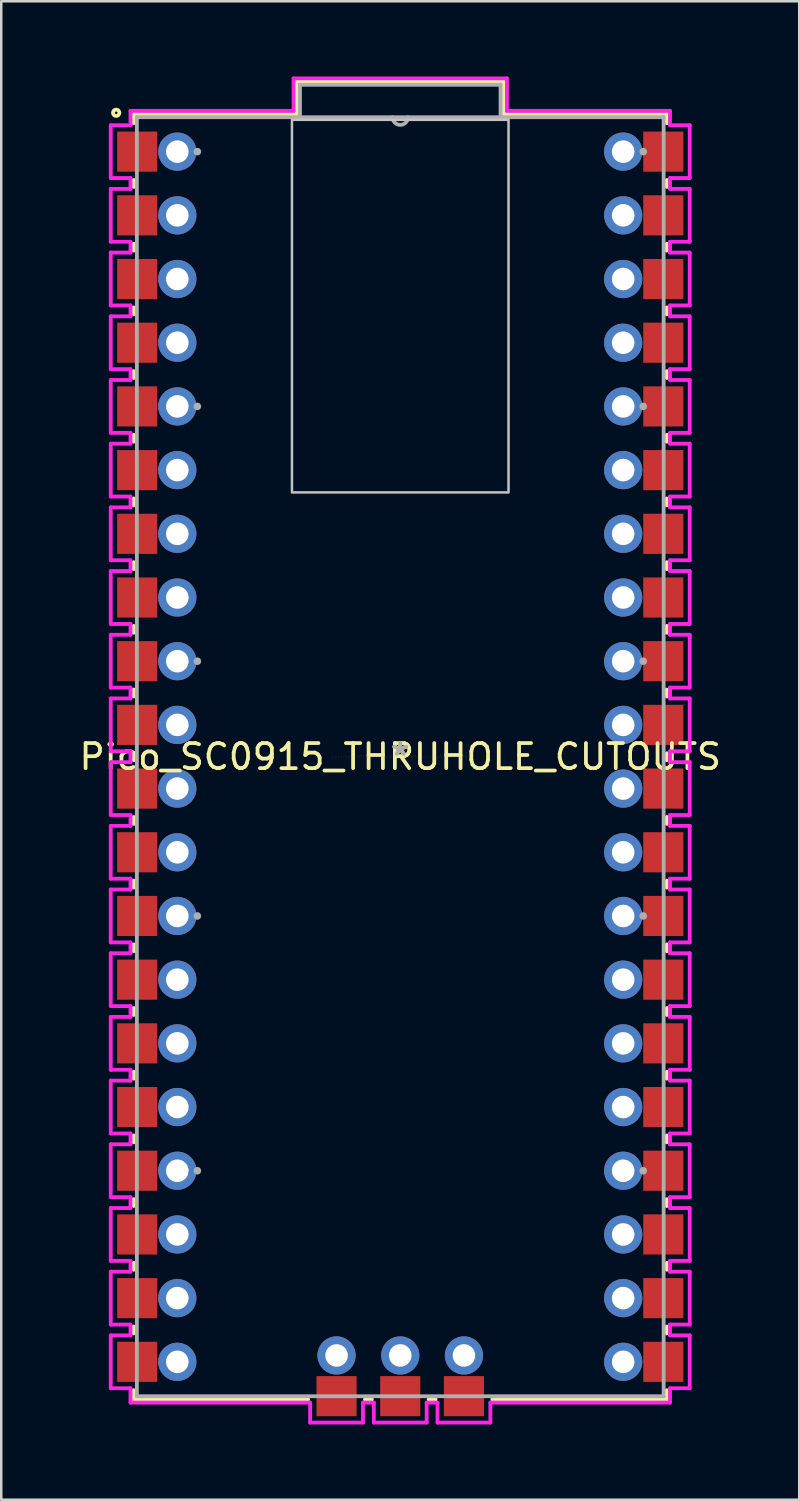
<source format=kicad_pcb>
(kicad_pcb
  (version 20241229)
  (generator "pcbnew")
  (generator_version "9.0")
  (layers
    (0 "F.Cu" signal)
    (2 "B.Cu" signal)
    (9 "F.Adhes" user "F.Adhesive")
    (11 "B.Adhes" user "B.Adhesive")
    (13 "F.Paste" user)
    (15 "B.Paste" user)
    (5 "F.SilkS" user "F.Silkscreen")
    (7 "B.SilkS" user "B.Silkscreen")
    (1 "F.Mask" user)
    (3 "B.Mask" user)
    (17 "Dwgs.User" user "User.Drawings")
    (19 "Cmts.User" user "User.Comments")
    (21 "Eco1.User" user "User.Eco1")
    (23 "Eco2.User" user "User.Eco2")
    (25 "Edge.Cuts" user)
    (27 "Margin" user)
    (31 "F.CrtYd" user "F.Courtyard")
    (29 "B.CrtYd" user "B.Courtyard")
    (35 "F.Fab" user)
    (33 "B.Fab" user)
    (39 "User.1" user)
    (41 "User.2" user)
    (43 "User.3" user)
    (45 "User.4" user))
  (footprint "Pico_SC0915_THRUHOLE_CUTOUTS"
    (layer "F.Cu")
    (at 12.911 27.127)
    (property "Reference" "Pico_SC0915_THRUHOLE_CUTOUTS" (at 0 0 0) (layer "F.SilkS") (effects (font (size 1 1) (thickness 0.15))))
    (attr through_hole)
    (fp_line (start -10.63 -25.629) (end -4.128 -25.629) (stroke (width 0.152) (type solid)) (layer "F.SilkS"))
    (fp_line (start -10.63 -25.263) (end -10.63 -25.629) (stroke (width 0.152) (type solid)) (layer "F.SilkS"))
    (fp_line (start -10.63 -22.723) (end -10.63 -22.997) (stroke (width 0.152) (type solid)) (layer "F.SilkS"))
    (fp_line (start -10.63 -20.183) (end -10.63 -20.457) (stroke (width 0.152) (type solid)) (layer "F.SilkS"))
    (fp_line (start -10.63 -17.643) (end -10.63 -17.917) (stroke (width 0.152) (type solid)) (layer "F.SilkS"))
    (fp_line (start -10.63 -15.103) (end -10.63 -15.377) (stroke (width 0.152) (type solid)) (layer "F.SilkS"))
    (fp_line (start -10.63 -12.563) (end -10.63 -12.837) (stroke (width 0.152) (type solid)) (layer "F.SilkS"))
    (fp_line (start -10.63 -10.023) (end -10.63 -10.297) (stroke (width 0.152) (type solid)) (layer "F.SilkS"))
    (fp_line (start -10.63 -7.483) (end -10.63 -7.757) (stroke (width 0.152) (type solid)) (layer "F.SilkS"))
    (fp_line (start -10.63 -4.943) (end -10.63 -5.217) (stroke (width 0.152) (type solid)) (layer "F.SilkS"))
    (fp_line (start -10.63 -2.403) (end -10.63 -2.677) (stroke (width 0.152) (type solid)) (layer "F.SilkS"))
    (fp_line (start -10.63 0.137) (end -10.63 -0.137) (stroke (width 0.152) (type solid)) (layer "F.SilkS"))
    (fp_line (start -10.63 2.677) (end -10.63 2.403) (stroke (width 0.152) (type solid)) (layer "F.SilkS"))
    (fp_line (start -10.63 5.217) (end -10.63 4.943) (stroke (width 0.152) (type solid)) (layer "F.SilkS"))
    (fp_line (start -10.63 7.757) (end -10.63 7.483) (stroke (width 0.152) (type solid)) (layer "F.SilkS"))
    (fp_line (start -10.63 10.297) (end -10.63 10.023) (stroke (width 0.152) (type solid)) (layer "F.SilkS"))
    (fp_line (start -10.63 12.837) (end -10.63 12.563) (stroke (width 0.152) (type solid)) (layer "F.SilkS"))
    (fp_line (start -10.63 15.377) (end -10.63 15.103) (stroke (width 0.152) (type solid)) (layer "F.SilkS"))
    (fp_line (start -10.63 17.917) (end -10.63 17.643) (stroke (width 0.152) (type solid)) (layer "F.SilkS"))
    (fp_line (start -10.63 20.457) (end -10.63 20.183) (stroke (width 0.152) (type solid)) (layer "F.SilkS"))
    (fp_line (start -10.63 22.997) (end -10.63 22.723) (stroke (width 0.152) (type solid)) (layer "F.SilkS"))
    (fp_line (start -10.63 25.629) (end -10.63 25.263) (stroke (width 0.152) (type solid)) (layer "F.SilkS"))
    (fp_line (start -4.128 -26.924) (end 4.128 -26.924) (stroke (width 0.152) (type solid)) (layer "F.SilkS"))
    (fp_line (start -4.128 -25.629) (end -4.128 -26.924) (stroke (width 0.152) (type solid)) (layer "F.SilkS"))
    (fp_line (start -3.673 25.629) (end -10.63 25.629) (stroke (width 0.152) (type solid)) (layer "F.SilkS"))
    (fp_line (start -1.133 25.629) (end -1.407 25.629) (stroke (width 0.152) (type solid)) (layer "F.SilkS"))
    (fp_line (start 1.407 25.629) (end 1.133 25.629) (stroke (width 0.152) (type solid)) (layer "F.SilkS"))
    (fp_line (start 4.128 -26.924) (end 4.128 -25.629) (stroke (width 0.152) (type solid)) (layer "F.SilkS"))
    (fp_line (start 4.128 -25.629) (end 10.63 -25.629) (stroke (width 0.152) (type solid)) (layer "F.SilkS"))
    (fp_line (start 10.63 -25.629) (end 10.63 -25.263) (stroke (width 0.152) (type solid)) (layer "F.SilkS"))
    (fp_line (start 10.63 -22.997) (end 10.63 -22.723) (stroke (width 0.152) (type solid)) (layer "F.SilkS"))
    (fp_line (start 10.63 -20.457) (end 10.63 -20.183) (stroke (width 0.152) (type solid)) (layer "F.SilkS"))
    (fp_line (start 10.63 -17.917) (end 10.63 -17.643) (stroke (width 0.152) (type solid)) (layer "F.SilkS"))
    (fp_line (start 10.63 -15.377) (end 10.63 -15.103) (stroke (width 0.152) (type solid)) (layer "F.SilkS"))
    (fp_line (start 10.63 -12.837) (end 10.63 -12.563) (stroke (width 0.152) (type solid)) (layer "F.SilkS"))
    (fp_line (start 10.63 -10.297) (end 10.63 -10.023) (stroke (width 0.152) (type solid)) (layer "F.SilkS"))
    (fp_line (start 10.63 -7.757) (end 10.63 -7.483) (stroke (width 0.152) (type solid)) (layer "F.SilkS"))
    (fp_line (start 10.63 -5.217) (end 10.63 -4.943) (stroke (width 0.152) (type solid)) (layer "F.SilkS"))
    (fp_line (start 10.63 -2.677) (end 10.63 -2.403) (stroke (width 0.152) (type solid)) (layer "F.SilkS"))
    (fp_line (start 10.63 -0.137) (end 10.63 0.137) (stroke (width 0.152) (type solid)) (layer "F.SilkS"))
    (fp_line (start 10.63 2.403) (end 10.63 2.677) (stroke (width 0.152) (type solid)) (layer "F.SilkS"))
    (fp_line (start 10.63 4.943) (end 10.63 5.217) (stroke (width 0.152) (type solid)) (layer "F.SilkS"))
    (fp_line (start 10.63 7.483) (end 10.63 7.757) (stroke (width 0.152) (type solid)) (layer "F.SilkS"))
    (fp_line (start 10.63 10.023) (end 10.63 10.297) (stroke (width 0.152) (type solid)) (layer "F.SilkS"))
    (fp_line (start 10.63 12.563) (end 10.63 12.837) (stroke (width 0.152) (type solid)) (layer "F.SilkS"))
    (fp_line (start 10.63 15.103) (end 10.63 15.377) (stroke (width 0.152) (type solid)) (layer "F.SilkS"))
    (fp_line (start 10.63 17.643) (end 10.63 17.917) (stroke (width 0.152) (type solid)) (layer "F.SilkS"))
    (fp_line (start 10.63 20.183) (end 10.63 20.457) (stroke (width 0.152) (type solid)) (layer "F.SilkS"))
    (fp_line (start 10.63 22.723) (end 10.63 22.997) (stroke (width 0.152) (type solid)) (layer "F.SilkS"))
    (fp_line (start 10.63 25.263) (end 10.63 25.629) (stroke (width 0.152) (type solid)) (layer "F.SilkS"))
    (fp_line (start 10.63 25.629) (end 3.673 25.629) (stroke (width 0.152) (type solid)) (layer "F.SilkS"))
    (fp_circle (center -11.328 -25.679) (end -11.201 -25.679) (stroke (width 0.152) (type solid)) (fill no) (layer "F.SilkS"))
    (fp_poly (pts (xy -4.318 -25.4) (xy -4.318 -10.541) (xy -0.508 -10.541) (xy 4.318 -10.541) (xy 4.318 -19.05) (xy 4.318 -25.4)) (stroke (width 0.1) (type solid)) (fill no) (layer "Dwgs.User"))
    (fp_line (start -11.544 -25.184) (end -11.544 -23.076) (stroke (width 0.152) (type solid)) (layer "F.CrtYd"))
    (fp_line (start -11.544 -23.076) (end -10.757 -23.076) (stroke (width 0.152) (type solid)) (layer "F.CrtYd"))
    (fp_line (start -11.544 -22.644) (end -11.544 -20.536) (stroke (width 0.152) (type solid)) (layer "F.CrtYd"))
    (fp_line (start -11.544 -20.536) (end -10.757 -20.536) (stroke (width 0.152) (type solid)) (layer "F.CrtYd"))
    (fp_line (start -11.544 -20.104) (end -11.544 -17.996) (stroke (width 0.152) (type solid)) (layer "F.CrtYd"))
    (fp_line (start -11.544 -17.996) (end -10.757 -17.996) (stroke (width 0.152) (type solid)) (layer "F.CrtYd"))
    (fp_line (start -11.544 -17.564) (end -11.544 -15.456) (stroke (width 0.152) (type solid)) (layer "F.CrtYd"))
    (fp_line (start -11.544 -15.456) (end -10.757 -15.456) (stroke (width 0.152) (type solid)) (layer "F.CrtYd"))
    (fp_line (start -11.544 -15.024) (end -11.544 -12.916) (stroke (width 0.152) (type solid)) (layer "F.CrtYd"))
    (fp_line (start -11.544 -12.916) (end -10.757 -12.916) (stroke (width 0.152) (type solid)) (layer "F.CrtYd"))
    (fp_line (start -11.544 -12.484) (end -11.544 -10.376) (stroke (width 0.152) (type solid)) (layer "F.CrtYd"))
    (fp_line (start -11.544 -10.376) (end -10.757 -10.376) (stroke (width 0.152) (type solid)) (layer "F.CrtYd"))
    (fp_line (start -11.544 -9.944) (end -11.544 -7.836) (stroke (width 0.152) (type solid)) (layer "F.CrtYd"))
    (fp_line (start -11.544 -7.836) (end -10.757 -7.836) (stroke (width 0.152) (type solid)) (layer "F.CrtYd"))
    (fp_line (start -11.544 -7.404) (end -11.544 -5.296) (stroke (width 0.152) (type solid)) (layer "F.CrtYd"))
    (fp_line (start -11.544 -5.296) (end -10.757 -5.296) (stroke (width 0.152) (type solid)) (layer "F.CrtYd"))
    (fp_line (start -11.544 -4.864) (end -11.544 -2.756) (stroke (width 0.152) (type solid)) (layer "F.CrtYd"))
    (fp_line (start -11.544 -2.756) (end -10.757 -2.756) (stroke (width 0.152) (type solid)) (layer "F.CrtYd"))
    (fp_line (start -11.544 -2.324) (end -11.544 -0.216) (stroke (width 0.152) (type solid)) (layer "F.CrtYd"))
    (fp_line (start -11.544 -0.216) (end -10.757 -0.216) (stroke (width 0.152) (type solid)) (layer "F.CrtYd"))
    (fp_line (start -11.544 0.216) (end -11.544 2.324) (stroke (width 0.152) (type solid)) (layer "F.CrtYd"))
    (fp_line (start -11.544 2.324) (end -10.757 2.324) (stroke (width 0.152) (type solid)) (layer "F.CrtYd"))
    (fp_line (start -11.544 2.756) (end -11.544 4.864) (stroke (width 0.152) (type solid)) (layer "F.CrtYd"))
    (fp_line (start -11.544 4.864) (end -10.757 4.864) (stroke (width 0.152) (type solid)) (layer "F.CrtYd"))
    (fp_line (start -11.544 5.296) (end -11.544 7.404) (stroke (width 0.152) (type solid)) (layer "F.CrtYd"))
    (fp_line (start -11.544 7.404) (end -10.757 7.404) (stroke (width 0.152) (type solid)) (layer "F.CrtYd"))
    (fp_line (start -11.544 7.836) (end -11.544 9.944) (stroke (width 0.152) (type solid)) (layer "F.CrtYd"))
    (fp_line (start -11.544 9.944) (end -10.757 9.944) (stroke (width 0.152) (type solid)) (layer "F.CrtYd"))
    (fp_line (start -11.544 10.376) (end -11.544 12.484) (stroke (width 0.152) (type solid)) (layer "F.CrtYd"))
    (fp_line (start -11.544 12.484) (end -10.757 12.484) (stroke (width 0.152) (type solid)) (layer "F.CrtYd"))
    (fp_line (start -11.544 12.916) (end -11.544 15.024) (stroke (width 0.152) (type solid)) (layer "F.CrtYd"))
    (fp_line (start -11.544 15.024) (end -10.757 15.024) (stroke (width 0.152) (type solid)) (layer "F.CrtYd"))
    (fp_line (start -11.544 15.456) (end -11.544 17.564) (stroke (width 0.152) (type solid)) (layer "F.CrtYd"))
    (fp_line (start -11.544 17.564) (end -10.757 17.564) (stroke (width 0.152) (type solid)) (layer "F.CrtYd"))
    (fp_line (start -11.544 17.996) (end -11.544 20.104) (stroke (width 0.152) (type solid)) (layer "F.CrtYd"))
    (fp_line (start -11.544 20.104) (end -10.757 20.104) (stroke (width 0.152) (type solid)) (layer "F.CrtYd"))
    (fp_line (start -11.544 20.536) (end -11.544 22.644) (stroke (width 0.152) (type solid)) (layer "F.CrtYd"))
    (fp_line (start -11.544 22.644) (end -10.757 22.644) (stroke (width 0.152) (type solid)) (layer "F.CrtYd"))
    (fp_line (start -11.544 23.076) (end -11.544 25.184) (stroke (width 0.152) (type solid)) (layer "F.CrtYd"))
    (fp_line (start -11.544 25.184) (end -10.757 25.184) (stroke (width 0.152) (type solid)) (layer "F.CrtYd"))
    (fp_line (start -10.757 -25.756) (end -10.757 -25.184) (stroke (width 0.152) (type solid)) (layer "F.CrtYd"))
    (fp_line (start -10.757 -25.184) (end -11.544 -25.184) (stroke (width 0.152) (type solid)) (layer "F.CrtYd"))
    (fp_line (start -10.757 -23.076) (end -10.757 -22.644) (stroke (width 0.152) (type solid)) (layer "F.CrtYd"))
    (fp_line (start -10.757 -22.644) (end -11.544 -22.644) (stroke (width 0.152) (type solid)) (layer "F.CrtYd"))
    (fp_line (start -10.757 -20.536) (end -10.757 -20.104) (stroke (width 0.152) (type solid)) (layer "F.CrtYd"))
    (fp_line (start -10.757 -20.104) (end -11.544 -20.104) (stroke (width 0.152) (type solid)) (layer "F.CrtYd"))
    (fp_line (start -10.757 -17.996) (end -10.757 -17.564) (stroke (width 0.152) (type solid)) (layer "F.CrtYd"))
    (fp_line (start -10.757 -17.564) (end -11.544 -17.564) (stroke (width 0.152) (type solid)) (layer "F.CrtYd"))
    (fp_line (start -10.757 -15.456) (end -10.757 -15.024) (stroke (width 0.152) (type solid)) (layer "F.CrtYd"))
    (fp_line (start -10.757 -15.024) (end -11.544 -15.024) (stroke (width 0.152) (type solid)) (layer "F.CrtYd"))
    (fp_line (start -10.757 -12.916) (end -10.757 -12.484) (stroke (width 0.152) (type solid)) (layer "F.CrtYd"))
    (fp_line (start -10.757 -12.484) (end -11.544 -12.484) (stroke (width 0.152) (type solid)) (layer "F.CrtYd"))
    (fp_line (start -10.757 -10.376) (end -10.757 -9.944) (stroke (width 0.152) (type solid)) (layer "F.CrtYd"))
    (fp_line (start -10.757 -9.944) (end -11.544 -9.944) (stroke (width 0.152) (type solid)) (layer "F.CrtYd"))
    (fp_line (start -10.757 -7.836) (end -10.757 -7.404) (stroke (width 0.152) (type solid)) (layer "F.CrtYd"))
    (fp_line (start -10.757 -7.404) (end -11.544 -7.404) (stroke (width 0.152) (type solid)) (layer "F.CrtYd"))
    (fp_line (start -10.757 -5.296) (end -10.757 -4.864) (stroke (width 0.152) (type solid)) (layer "F.CrtYd"))
    (fp_line (start -10.757 -4.864) (end -11.544 -4.864) (stroke (width 0.152) (type solid)) (layer "F.CrtYd"))
    (fp_line (start -10.757 -2.756) (end -10.757 -2.324) (stroke (width 0.152) (type solid)) (layer "F.CrtYd"))
    (fp_line (start -10.757 -2.324) (end -11.544 -2.324) (stroke (width 0.152) (type solid)) (layer "F.CrtYd"))
    (fp_line (start -10.757 -0.216) (end -10.757 0.216) (stroke (width 0.152) (type solid)) (layer "F.CrtYd"))
    (fp_line (start -10.757 0.216) (end -11.544 0.216) (stroke (width 0.152) (type solid)) (layer "F.CrtYd"))
    (fp_line (start -10.757 2.324) (end -10.757 2.756) (stroke (width 0.152) (type solid)) (layer "F.CrtYd"))
    (fp_line (start -10.757 2.756) (end -11.544 2.756) (stroke (width 0.152) (type solid)) (layer "F.CrtYd"))
    (fp_line (start -10.757 4.864) (end -10.757 5.296) (stroke (width 0.152) (type solid)) (layer "F.CrtYd"))
    (fp_line (start -10.757 5.296) (end -11.544 5.296) (stroke (width 0.152) (type solid)) (layer "F.CrtYd"))
    (fp_line (start -10.757 7.404) (end -10.757 7.836) (stroke (width 0.152) (type solid)) (layer "F.CrtYd"))
    (fp_line (start -10.757 7.836) (end -11.544 7.836) (stroke (width 0.152) (type solid)) (layer "F.CrtYd"))
    (fp_line (start -10.757 9.944) (end -10.757 10.376) (stroke (width 0.152) (type solid)) (layer "F.CrtYd"))
    (fp_line (start -10.757 10.376) (end -11.544 10.376) (stroke (width 0.152) (type solid)) (layer "F.CrtYd"))
    (fp_line (start -10.757 12.484) (end -10.757 12.916) (stroke (width 0.152) (type solid)) (layer "F.CrtYd"))
    (fp_line (start -10.757 12.916) (end -11.544 12.916) (stroke (width 0.152) (type solid)) (layer "F.CrtYd"))
    (fp_line (start -10.757 15.024) (end -10.757 15.456) (stroke (width 0.152) (type solid)) (layer "F.CrtYd"))
    (fp_line (start -10.757 15.456) (end -11.544 15.456) (stroke (width 0.152) (type solid)) (layer "F.CrtYd"))
    (fp_line (start -10.757 17.564) (end -10.757 17.996) (stroke (width 0.152) (type solid)) (layer "F.CrtYd"))
    (fp_line (start -10.757 17.996) (end -11.544 17.996) (stroke (width 0.152) (type solid)) (layer "F.CrtYd"))
    (fp_line (start -10.757 20.104) (end -10.757 20.536) (stroke (width 0.152) (type solid)) (layer "F.CrtYd"))
    (fp_line (start -10.757 20.536) (end -11.544 20.536) (stroke (width 0.152) (type solid)) (layer "F.CrtYd"))
    (fp_line (start -10.757 22.644) (end -10.757 23.076) (stroke (width 0.152) (type solid)) (layer "F.CrtYd"))
    (fp_line (start -10.757 23.076) (end -11.544 23.076) (stroke (width 0.152) (type solid)) (layer "F.CrtYd"))
    (fp_line (start -10.757 25.184) (end -10.757 25.756) (stroke (width 0.152) (type solid)) (layer "F.CrtYd"))
    (fp_line (start -10.757 25.756) (end -3.594 25.756) (stroke (width 0.152) (type solid)) (layer "F.CrtYd"))
    (fp_line (start -4.255 -27.051) (end -4.255 -25.756) (stroke (width 0.152) (type solid)) (layer "F.CrtYd"))
    (fp_line (start -4.255 -25.756) (end -10.757 -25.756) (stroke (width 0.152) (type solid)) (layer "F.CrtYd"))
    (fp_line (start -3.594 25.756) (end -3.594 26.553) (stroke (width 0.152) (type solid)) (layer "F.CrtYd"))
    (fp_line (start -3.594 26.553) (end -1.486 26.553) (stroke (width 0.152) (type solid)) (layer "F.CrtYd"))
    (fp_line (start -1.486 25.756) (end -1.054 25.756) (stroke (width 0.152) (type solid)) (layer "F.CrtYd"))
    (fp_line (start -1.486 26.553) (end -1.486 25.756) (stroke (width 0.152) (type solid)) (layer "F.CrtYd"))
    (fp_line (start -1.054 25.756) (end -1.054 26.553) (stroke (width 0.152) (type solid)) (layer "F.CrtYd"))
    (fp_line (start -1.054 26.553) (end 1.054 26.553) (stroke (width 0.152) (type solid)) (layer "F.CrtYd"))
    (fp_line (start 1.054 25.756) (end 1.486 25.756) (stroke (width 0.152) (type solid)) (layer "F.CrtYd"))
    (fp_line (start 1.054 26.553) (end 1.054 25.756) (stroke (width 0.152) (type solid)) (layer "F.CrtYd"))
    (fp_line (start 1.486 25.756) (end 1.486 26.553) (stroke (width 0.152) (type solid)) (layer "F.CrtYd"))
    (fp_line (start 1.486 26.553) (end 3.594 26.553) (stroke (width 0.152) (type solid)) (layer "F.CrtYd"))
    (fp_line (start 3.594 25.756) (end 10.757 25.756) (stroke (width 0.152) (type solid)) (layer "F.CrtYd"))
    (fp_line (start 3.594 26.553) (end 3.594 25.756) (stroke (width 0.152) (type solid)) (layer "F.CrtYd"))
    (fp_line (start 4.255 -27.051) (end -4.255 -27.051) (stroke (width 0.152) (type solid)) (layer "F.CrtYd"))
    (fp_line (start 4.255 -25.756) (end 4.255 -27.051) (stroke (width 0.152) (type solid)) (layer "F.CrtYd"))
    (fp_line (start 10.757 -25.756) (end 4.255 -25.756) (stroke (width 0.152) (type solid)) (layer "F.CrtYd"))
    (fp_line (start 10.757 -25.184) (end 10.757 -25.756) (stroke (width 0.152) (type solid)) (layer "F.CrtYd"))
    (fp_line (start 10.757 -23.076) (end 11.544 -23.076) (stroke (width 0.152) (type solid)) (layer "F.CrtYd"))
    (fp_line (start 10.757 -22.644) (end 10.757 -23.076) (stroke (width 0.152) (type solid)) (layer "F.CrtYd"))
    (fp_line (start 10.757 -20.536) (end 11.544 -20.536) (stroke (width 0.152) (type solid)) (layer "F.CrtYd"))
    (fp_line (start 10.757 -20.104) (end 10.757 -20.536) (stroke (width 0.152) (type solid)) (layer "F.CrtYd"))
    (fp_line (start 10.757 -17.996) (end 11.544 -17.996) (stroke (width 0.152) (type solid)) (layer "F.CrtYd"))
    (fp_line (start 10.757 -17.564) (end 10.757 -17.996) (stroke (width 0.152) (type solid)) (layer "F.CrtYd"))
    (fp_line (start 10.757 -15.456) (end 11.544 -15.456) (stroke (width 0.152) (type solid)) (layer "F.CrtYd"))
    (fp_line (start 10.757 -15.024) (end 10.757 -15.456) (stroke (width 0.152) (type solid)) (layer "F.CrtYd"))
    (fp_line (start 10.757 -12.916) (end 11.544 -12.916) (stroke (width 0.152) (type solid)) (layer "F.CrtYd"))
    (fp_line (start 10.757 -12.484) (end 10.757 -12.916) (stroke (width 0.152) (type solid)) (layer "F.CrtYd"))
    (fp_line (start 10.757 -10.376) (end 11.544 -10.376) (stroke (width 0.152) (type solid)) (layer "F.CrtYd"))
    (fp_line (start 10.757 -9.944) (end 10.757 -10.376) (stroke (width 0.152) (type solid)) (layer "F.CrtYd"))
    (fp_line (start 10.757 -7.836) (end 11.544 -7.836) (stroke (width 0.152) (type solid)) (layer "F.CrtYd"))
    (fp_line (start 10.757 -7.404) (end 10.757 -7.836) (stroke (width 0.152) (type solid)) (layer "F.CrtYd"))
    (fp_line (start 10.757 -5.296) (end 11.544 -5.296) (stroke (width 0.152) (type solid)) (layer "F.CrtYd"))
    (fp_line (start 10.757 -4.864) (end 10.757 -5.296) (stroke (width 0.152) (type solid)) (layer "F.CrtYd"))
    (fp_line (start 10.757 -2.756) (end 11.544 -2.756) (stroke (width 0.152) (type solid)) (layer "F.CrtYd"))
    (fp_line (start 10.757 -2.324) (end 10.757 -2.756) (stroke (width 0.152) (type solid)) (layer "F.CrtYd"))
    (fp_line (start 10.757 -0.216) (end 11.544 -0.216) (stroke (width 0.152) (type solid)) (layer "F.CrtYd"))
    (fp_line (start 10.757 0.216) (end 10.757 -0.216) (stroke (width 0.152) (type solid)) (layer "F.CrtYd"))
    (fp_line (start 10.757 2.324) (end 11.544 2.324) (stroke (width 0.152) (type solid)) (layer "F.CrtYd"))
    (fp_line (start 10.757 2.756) (end 10.757 2.324) (stroke (width 0.152) (type solid)) (layer "F.CrtYd"))
    (fp_line (start 10.757 4.864) (end 11.544 4.864) (stroke (width 0.152) (type solid)) (layer "F.CrtYd"))
    (fp_line (start 10.757 5.296) (end 10.757 4.864) (stroke (width 0.152) (type solid)) (layer "F.CrtYd"))
    (fp_line (start 10.757 7.404) (end 11.544 7.404) (stroke (width 0.152) (type solid)) (layer "F.CrtYd"))
    (fp_line (start 10.757 7.836) (end 10.757 7.404) (stroke (width 0.152) (type solid)) (layer "F.CrtYd"))
    (fp_line (start 10.757 9.944) (end 11.544 9.944) (stroke (width 0.152) (type solid)) (layer "F.CrtYd"))
    (fp_line (start 10.757 10.376) (end 10.757 9.944) (stroke (width 0.152) (type solid)) (layer "F.CrtYd"))
    (fp_line (start 10.757 12.484) (end 11.544 12.484) (stroke (width 0.152) (type solid)) (layer "F.CrtYd"))
    (fp_line (start 10.757 12.916) (end 10.757 12.484) (stroke (width 0.152) (type solid)) (layer "F.CrtYd"))
    (fp_line (start 10.757 15.024) (end 11.544 15.024) (stroke (width 0.152) (type solid)) (layer "F.CrtYd"))
    (fp_line (start 10.757 15.456) (end 10.757 15.024) (stroke (width 0.152) (type solid)) (layer "F.CrtYd"))
    (fp_line (start 10.757 17.564) (end 11.544 17.564) (stroke (width 0.152) (type solid)) (layer "F.CrtYd"))
    (fp_line (start 10.757 17.996) (end 10.757 17.564) (stroke (width 0.152) (type solid)) (layer "F.CrtYd"))
    (fp_line (start 10.757 20.104) (end 11.544 20.104) (stroke (width 0.152) (type solid)) (layer "F.CrtYd"))
    (fp_line (start 10.757 20.536) (end 10.757 20.104) (stroke (width 0.152) (type solid)) (layer "F.CrtYd"))
    (fp_line (start 10.757 22.644) (end 11.544 22.644) (stroke (width 0.152) (type solid)) (layer "F.CrtYd"))
    (fp_line (start 10.757 23.076) (end 10.757 22.644) (stroke (width 0.152) (type solid)) (layer "F.CrtYd"))
    (fp_line (start 10.757 25.184) (end 11.544 25.184) (stroke (width 0.152) (type solid)) (layer "F.CrtYd"))
    (fp_line (start 10.757 25.756) (end 10.757 25.184) (stroke (width 0.152) (type solid)) (layer "F.CrtYd"))
    (fp_line (start 11.544 -25.184) (end 10.757 -25.184) (stroke (width 0.152) (type solid)) (layer "F.CrtYd"))
    (fp_line (start 11.544 -23.076) (end 11.544 -25.184) (stroke (width 0.152) (type solid)) (layer "F.CrtYd"))
    (fp_line (start 11.544 -22.644) (end 10.757 -22.644) (stroke (width 0.152) (type solid)) (layer "F.CrtYd"))
    (fp_line (start 11.544 -20.536) (end 11.544 -22.644) (stroke (width 0.152) (type solid)) (layer "F.CrtYd"))
    (fp_line (start 11.544 -20.104) (end 10.757 -20.104) (stroke (width 0.152) (type solid)) (layer "F.CrtYd"))
    (fp_line (start 11.544 -17.996) (end 11.544 -20.104) (stroke (width 0.152) (type solid)) (layer "F.CrtYd"))
    (fp_line (start 11.544 -17.564) (end 10.757 -17.564) (stroke (width 0.152) (type solid)) (layer "F.CrtYd"))
    (fp_line (start 11.544 -15.456) (end 11.544 -17.564) (stroke (width 0.152) (type solid)) (layer "F.CrtYd"))
    (fp_line (start 11.544 -15.024) (end 10.757 -15.024) (stroke (width 0.152) (type solid)) (layer "F.CrtYd"))
    (fp_line (start 11.544 -12.916) (end 11.544 -15.024) (stroke (width 0.152) (type solid)) (layer "F.CrtYd"))
    (fp_line (start 11.544 -12.484) (end 10.757 -12.484) (stroke (width 0.152) (type solid)) (layer "F.CrtYd"))
    (fp_line (start 11.544 -10.376) (end 11.544 -12.484) (stroke (width 0.152) (type solid)) (layer "F.CrtYd"))
    (fp_line (start 11.544 -9.944) (end 10.757 -9.944) (stroke (width 0.152) (type solid)) (layer "F.CrtYd"))
    (fp_line (start 11.544 -7.836) (end 11.544 -9.944) (stroke (width 0.152) (type solid)) (layer "F.CrtYd"))
    (fp_line (start 11.544 -7.404) (end 10.757 -7.404) (stroke (width 0.152) (type solid)) (layer "F.CrtYd"))
    (fp_line (start 11.544 -5.296) (end 11.544 -7.404) (stroke (width 0.152) (type solid)) (layer "F.CrtYd"))
    (fp_line (start 11.544 -4.864) (end 10.757 -4.864) (stroke (width 0.152) (type solid)) (layer "F.CrtYd"))
    (fp_line (start 11.544 -2.756) (end 11.544 -4.864) (stroke (width 0.152) (type solid)) (layer "F.CrtYd"))
    (fp_line (start 11.544 -2.324) (end 10.757 -2.324) (stroke (width 0.152) (type solid)) (layer "F.CrtYd"))
    (fp_line (start 11.544 -0.216) (end 11.544 -2.324) (stroke (width 0.152) (type solid)) (layer "F.CrtYd"))
    (fp_line (start 11.544 0.216) (end 10.757 0.216) (stroke (width 0.152) (type solid)) (layer "F.CrtYd"))
    (fp_line (start 11.544 2.324) (end 11.544 0.216) (stroke (width 0.152) (type solid)) (layer "F.CrtYd"))
    (fp_line (start 11.544 2.756) (end 10.757 2.756) (stroke (width 0.152) (type solid)) (layer "F.CrtYd"))
    (fp_line (start 11.544 4.864) (end 11.544 2.756) (stroke (width 0.152) (type solid)) (layer "F.CrtYd"))
    (fp_line (start 11.544 5.296) (end 10.757 5.296) (stroke (width 0.152) (type solid)) (layer "F.CrtYd"))
    (fp_line (start 11.544 7.404) (end 11.544 5.296) (stroke (width 0.152) (type solid)) (layer "F.CrtYd"))
    (fp_line (start 11.544 7.836) (end 10.757 7.836) (stroke (width 0.152) (type solid)) (layer "F.CrtYd"))
    (fp_line (start 11.544 9.944) (end 11.544 7.836) (stroke (width 0.152) (type solid)) (layer "F.CrtYd"))
    (fp_line (start 11.544 10.376) (end 10.757 10.376) (stroke (width 0.152) (type solid)) (layer "F.CrtYd"))
    (fp_line (start 11.544 12.484) (end 11.544 10.376) (stroke (width 0.152) (type solid)) (layer "F.CrtYd"))
    (fp_line (start 11.544 12.916) (end 10.757 12.916) (stroke (width 0.152) (type solid)) (layer "F.CrtYd"))
    (fp_line (start 11.544 15.024) (end 11.544 12.916) (stroke (width 0.152) (type solid)) (layer "F.CrtYd"))
    (fp_line (start 11.544 15.456) (end 10.757 15.456) (stroke (width 0.152) (type solid)) (layer "F.CrtYd"))
    (fp_line (start 11.544 17.564) (end 11.544 15.456) (stroke (width 0.152) (type solid)) (layer "F.CrtYd"))
    (fp_line (start 11.544 17.996) (end 10.757 17.996) (stroke (width 0.152) (type solid)) (layer "F.CrtYd"))
    (fp_line (start 11.544 20.104) (end 11.544 17.996) (stroke (width 0.152) (type solid)) (layer "F.CrtYd"))
    (fp_line (start 11.544 20.536) (end 10.757 20.536) (stroke (width 0.152) (type solid)) (layer "F.CrtYd"))
    (fp_line (start 11.544 22.644) (end 11.544 20.536) (stroke (width 0.152) (type solid)) (layer "F.CrtYd"))
    (fp_line (start 11.544 23.076) (end 10.757 23.076) (stroke (width 0.152) (type solid)) (layer "F.CrtYd"))
    (fp_line (start 11.544 25.184) (end 11.544 23.076) (stroke (width 0.152) (type solid)) (layer "F.CrtYd"))
    (fp_line (start -10.503 -25.502) (end -10.503 25.502) (stroke (width 0.152) (type solid)) (layer "F.Fab"))
    (fp_line (start -10.503 25.502) (end 10.503 25.502) (stroke (width 0.152) (type solid)) (layer "F.Fab"))
    (fp_line (start -4 -26.797) (end -4 -25.502) (stroke (width 0.152) (type solid)) (layer "F.Fab"))
    (fp_line (start -4 -26.797) (end 4 -26.797) (stroke (width 0.152) (type solid)) (layer "F.Fab"))
    (fp_line (start 4 -26.797) (end 4 -25.502) (stroke (width 0.152) (type solid)) (layer "F.Fab"))
    (fp_line (start 10.503 -25.502) (end -10.503 -25.502) (stroke (width 0.152) (type solid)) (layer "F.Fab"))
    (fp_line (start 10.503 25.502) (end 10.503 -25.502) (stroke (width 0.152) (type solid)) (layer "F.Fab"))
    (fp_arc (start 0.3048 -25.5016) (mid 0 -25.1968) (end -0.3048 -25.5016) (stroke (width 0.1524) (type solid)) (layer "F.Fab"))
    (fp_circle (center -8.09 -24.13) (end -8.014 -24.13) (stroke (width 0.152) (type solid)) (fill no) (layer "F.Fab"))
    (fp_circle (center -8.09 -13.97) (end -8.014 -13.97) (stroke (width 0.152) (type solid)) (fill no) (layer "F.Fab"))
    (fp_circle (center -8.09 -3.81) (end -8.014 -3.81) (stroke (width 0.152) (type solid)) (fill no) (layer "F.Fab"))
    (fp_circle (center -8.09 6.35) (end -8.014 6.35) (stroke (width 0.152) (type solid)) (fill no) (layer "F.Fab"))
    (fp_circle (center -8.09 16.51) (end -8.014 16.51) (stroke (width 0.152) (type solid)) (fill no) (layer "F.Fab"))
    (fp_circle (center 9.69 -24.13) (end 9.766 -24.13) (stroke (width 0.152) (type solid)) (fill no) (layer "F.Fab"))
    (fp_circle (center 9.69 -13.97) (end 9.766 -13.97) (stroke (width 0.152) (type solid)) (fill no) (layer "F.Fab"))
    (fp_circle (center 9.69 -3.81) (end 9.766 -3.81) (stroke (width 0.152) (type solid)) (fill no) (layer "F.Fab"))
    (fp_circle (center 9.69 6.35) (end 9.766 6.35) (stroke (width 0.152) (type solid)) (fill no) (layer "F.Fab"))
    (fp_circle (center 9.69 16.51) (end 9.766 16.51) (stroke (width 0.152) (type solid)) (fill no) (layer "F.Fab"))
    (fp_text user "*" (at 0 0 0) (layer "F.SilkS") (effects (font (size 1 1) (thickness 0.15))))
    (fp_text user "Copyright 2016 Accelerated Designs. All rights reserved." (at 0 0 0) (layer "Cmts.User") (effects (font (size 0.127 0.127) (thickness 0.002))))
    (fp_text user "*" (at 0 0 0) (layer "F.Fab") (effects (font (size 1 1) (thickness 0.15))))
    (pad "1" smd rect (at -10.49 -24.13) (size 1.6 1.6) (layers "F.Cu" "F.Mask" "F.Paste"))
    (pad "1" thru_hole circle (at -8.89 -24.13) (size 1.524 1.524) (drill 0.9) (layers "*.Cu" "*.Mask"))
    (pad "2" smd rect (at -10.49 -21.59) (size 1.6 1.6) (layers "F.Cu" "F.Mask" "F.Paste"))
    (pad "2" thru_hole circle (at -8.89 -21.59) (size 1.524 1.524) (drill 0.9) (layers "*.Cu" "*.Mask"))
    (pad "3" smd rect (at -10.49 -19.05) (size 1.6 1.6) (layers "F.Cu" "F.Mask" "F.Paste"))
    (pad "3" thru_hole circle (at -8.89 -19.05) (size 1.524 1.524) (drill 0.9) (layers "*.Cu" "*.Mask"))
    (pad "4" smd rect (at -10.49 -16.51) (size 1.6 1.6) (layers "F.Cu" "F.Mask" "F.Paste"))
    (pad "4" thru_hole circle (at -8.89 -16.51) (size 1.524 1.524) (drill 0.9) (layers "*.Cu" "*.Mask"))
    (pad "5" smd rect (at -10.49 -13.97) (size 1.6 1.6) (layers "F.Cu" "F.Mask" "F.Paste"))
    (pad "5" thru_hole circle (at -8.89 -13.97) (size 1.524 1.524) (drill 0.9) (layers "*.Cu" "*.Mask"))
    (pad "6" smd rect (at -10.49 -11.43) (size 1.6 1.6) (layers "F.Cu" "F.Mask" "F.Paste"))
    (pad "6" thru_hole circle (at -8.89 -11.43) (size 1.524 1.524) (drill 0.9) (layers "*.Cu" "*.Mask"))
    (pad "7" smd rect (at -10.49 -8.89) (size 1.6 1.6) (layers "F.Cu" "F.Mask" "F.Paste"))
    (pad "7" thru_hole circle (at -8.89 -8.89) (size 1.524 1.524) (drill 0.9) (layers "*.Cu" "*.Mask"))
    (pad "8" smd rect (at -10.49 -6.35) (size 1.6 1.6) (layers "F.Cu" "F.Mask" "F.Paste"))
    (pad "8" thru_hole circle (at -8.89 -6.35) (size 1.524 1.524) (drill 0.9) (layers "*.Cu" "*.Mask"))
    (pad "9" smd rect (at -10.49 -3.81) (size 1.6 1.6) (layers "F.Cu" "F.Mask" "F.Paste"))
    (pad "9" thru_hole circle (at -8.89 -3.81) (size 1.524 1.524) (drill 0.9) (layers "*.Cu" "*.Mask"))
    (pad "10" smd rect (at -10.49 -1.27) (size 1.6 1.6) (layers "F.Cu" "F.Mask" "F.Paste"))
    (pad "10" thru_hole circle (at -8.89 -1.27) (size 1.524 1.524) (drill 0.9) (layers "*.Cu" "*.Mask"))
    (pad "11" smd rect (at -10.49 1.27) (size 1.6 1.6) (layers "F.Cu" "F.Mask" "F.Paste"))
    (pad "11" thru_hole circle (at -8.89 1.27) (size 1.524 1.524) (drill 0.9) (layers "*.Cu" "*.Mask"))
    (pad "12" smd rect (at -10.49 3.81) (size 1.6 1.6) (layers "F.Cu" "F.Mask" "F.Paste"))
    (pad "12" thru_hole circle (at -8.89 3.81) (size 1.524 1.524) (drill 0.9) (layers "*.Cu" "*.Mask"))
    (pad "13" smd rect (at -10.49 6.35) (size 1.6 1.6) (layers "F.Cu" "F.Mask" "F.Paste"))
    (pad "13" thru_hole circle (at -8.89 6.35) (size 1.524 1.524) (drill 0.9) (layers "*.Cu" "*.Mask"))
    (pad "14" smd rect (at -10.49 8.89) (size 1.6 1.6) (layers "F.Cu" "F.Mask" "F.Paste"))
    (pad "14" thru_hole circle (at -8.89 8.89) (size 1.524 1.524) (drill 0.9) (layers "*.Cu" "*.Mask"))
    (pad "15" smd rect (at -10.49 11.43) (size 1.6 1.6) (layers "F.Cu" "F.Mask" "F.Paste"))
    (pad "15" thru_hole circle (at -8.89 11.43) (size 1.524 1.524) (drill 0.9) (layers "*.Cu" "*.Mask"))
    (pad "16" smd rect (at -10.49 13.97) (size 1.6 1.6) (layers "F.Cu" "F.Mask" "F.Paste"))
    (pad "16" thru_hole circle (at -8.89 13.97) (size 1.524 1.524) (drill 0.9) (layers "*.Cu" "*.Mask"))
    (pad "17" smd rect (at -10.49 16.51) (size 1.6 1.6) (layers "F.Cu" "F.Mask" "F.Paste"))
    (pad "17" thru_hole circle (at -8.89 16.51) (size 1.524 1.524) (drill 0.9) (layers "*.Cu" "*.Mask"))
    (pad "18" smd rect (at -10.49 19.05) (size 1.6 1.6) (layers "F.Cu" "F.Mask" "F.Paste"))
    (pad "18" thru_hole circle (at -8.89 19.05) (size 1.524 1.524) (drill 0.9) (layers "*.Cu" "*.Mask"))
    (pad "19" smd rect (at -10.49 21.59) (size 1.6 1.6) (layers "F.Cu" "F.Mask" "F.Paste"))
    (pad "19" thru_hole circle (at -8.89 21.59) (size 1.524 1.524) (drill 0.9) (layers "*.Cu" "*.Mask"))
    (pad "20" smd rect (at -10.49 24.13) (size 1.6 1.6) (layers "F.Cu" "F.Mask" "F.Paste"))
    (pad "20" thru_hole circle (at -8.89 24.13) (size 1.524 1.524) (drill 0.9) (layers "*.Cu" "*.Mask"))
    (pad "21" thru_hole circle (at 8.89 24.13) (size 1.524 1.524) (drill 0.9) (layers "*.Cu" "*.Mask"))
    (pad "21" smd rect (at 10.49 24.13) (size 1.6 1.6) (layers "F.Cu" "F.Mask" "F.Paste"))
    (pad "22" thru_hole circle (at 8.89 21.59) (size 1.524 1.524) (drill 0.9) (layers "*.Cu" "*.Mask"))
    (pad "22" smd rect (at 10.49 21.59) (size 1.6 1.6) (layers "F.Cu" "F.Mask" "F.Paste"))
    (pad "23" thru_hole circle (at 8.89 19.05) (size 1.524 1.524) (drill 0.9) (layers "*.Cu" "*.Mask"))
    (pad "23" smd rect (at 10.49 19.05) (size 1.6 1.6) (layers "F.Cu" "F.Mask" "F.Paste"))
    (pad "24" thru_hole circle (at 8.89 16.51) (size 1.524 1.524) (drill 0.9) (layers "*.Cu" "*.Mask"))
    (pad "24" smd rect (at 10.49 16.51) (size 1.6 1.6) (layers "F.Cu" "F.Mask" "F.Paste"))
    (pad "25" thru_hole circle (at 8.89 13.97) (size 1.524 1.524) (drill 0.9) (layers "*.Cu" "*.Mask"))
    (pad "25" smd rect (at 10.49 13.97) (size 1.6 1.6) (layers "F.Cu" "F.Mask" "F.Paste"))
    (pad "26" thru_hole circle (at 8.89 11.43) (size 1.524 1.524) (drill 0.9) (layers "*.Cu" "*.Mask"))
    (pad "26" smd rect (at 10.49 11.43) (size 1.6 1.6) (layers "F.Cu" "F.Mask" "F.Paste"))
    (pad "27" thru_hole circle (at 8.89 8.89) (size 1.524 1.524) (drill 0.9) (layers "*.Cu" "*.Mask"))
    (pad "27" smd rect (at 10.49 8.89) (size 1.6 1.6) (layers "F.Cu" "F.Mask" "F.Paste"))
    (pad "28" thru_hole circle (at 8.89 6.35) (size 1.524 1.524) (drill 0.9) (layers "*.Cu" "*.Mask"))
    (pad "28" smd rect (at 10.49 6.35) (size 1.6 1.6) (layers "F.Cu" "F.Mask" "F.Paste"))
    (pad "29" thru_hole circle (at 8.89 3.81) (size 1.524 1.524) (drill 0.9) (layers "*.Cu" "*.Mask"))
    (pad "29" smd rect (at 10.49 3.81) (size 1.6 1.6) (layers "F.Cu" "F.Mask" "F.Paste"))
    (pad "30" thru_hole circle (at 8.89 1.27) (size 1.524 1.524) (drill 0.9) (layers "*.Cu" "*.Mask"))
    (pad "30" smd rect (at 10.49 1.27) (size 1.6 1.6) (layers "F.Cu" "F.Mask" "F.Paste"))
    (pad "31" thru_hole circle (at 8.89 -1.27) (size 1.524 1.524) (drill 0.9) (layers "*.Cu" "*.Mask"))
    (pad "31" smd rect (at 10.49 -1.27) (size 1.6 1.6) (layers "F.Cu" "F.Mask" "F.Paste"))
    (pad "32" thru_hole circle (at 8.89 -3.81) (size 1.524 1.524) (drill 0.9) (layers "*.Cu" "*.Mask"))
    (pad "32" smd rect (at 10.49 -3.81) (size 1.6 1.6) (layers "F.Cu" "F.Mask" "F.Paste"))
    (pad "33" thru_hole circle (at 8.89 -6.35) (size 1.524 1.524) (drill 0.9) (layers "*.Cu" "*.Mask"))
    (pad "33" smd rect (at 10.49 -6.35) (size 1.6 1.6) (layers "F.Cu" "F.Mask" "F.Paste"))
    (pad "34" thru_hole circle (at 8.89 -8.89) (size 1.524 1.524) (drill 0.9) (layers "*.Cu" "*.Mask"))
    (pad "34" smd rect (at 10.49 -8.89) (size 1.6 1.6) (layers "F.Cu" "F.Mask" "F.Paste"))
    (pad "35" thru_hole circle (at 8.89 -11.43) (size 1.524 1.524) (drill 0.9) (layers "*.Cu" "*.Mask"))
    (pad "35" smd rect (at 10.49 -11.43) (size 1.6 1.6) (layers "F.Cu" "F.Mask" "F.Paste"))
    (pad "36" thru_hole circle (at 8.89 -13.97) (size 1.524 1.524) (drill 0.9) (layers "*.Cu" "*.Mask"))
    (pad "36" smd rect (at 10.49 -13.97) (size 1.6 1.6) (layers "F.Cu" "F.Mask" "F.Paste"))
    (pad "37" thru_hole circle (at 8.89 -16.51) (size 1.524 1.524) (drill 0.9) (layers "*.Cu" "*.Mask"))
    (pad "37" smd rect (at 10.49 -16.51) (size 1.6 1.6) (layers "F.Cu" "F.Mask" "F.Paste"))
    (pad "38" thru_hole circle (at 8.89 -19.05) (size 1.524 1.524) (drill 0.9) (layers "*.Cu" "*.Mask"))
    (pad "38" smd rect (at 10.49 -19.05) (size 1.6 1.6) (layers "F.Cu" "F.Mask" "F.Paste"))
    (pad "39" thru_hole circle (at 8.89 -21.59) (size 1.524 1.524) (drill 0.9) (layers "*.Cu" "*.Mask"))
    (pad "39" smd rect (at 10.49 -21.59) (size 1.6 1.6) (layers "F.Cu" "F.Mask" "F.Paste"))
    (pad "40" thru_hole circle (at 8.89 -24.13) (size 1.524 1.524) (drill 0.9) (layers "*.Cu" "*.Mask"))
    (pad "40" smd rect (at 10.49 -24.13) (size 1.6 1.6) (layers "F.Cu" "F.Mask" "F.Paste"))
    (pad "D1" thru_hole circle (at -2.54 23.876) (size 1.524 1.524) (drill 0.9) (layers "*.Cu" "*.Mask"))
    (pad "D1" smd rect (at -2.54 25.499 90) (size 1.6 1.6) (layers "F.Cu" "F.Mask" "F.Paste"))
    (pad "D2" thru_hole circle (at 0 23.876) (size 1.524 1.524) (drill 0.9) (layers "*.Cu" "*.Mask"))
    (pad "D2" smd rect (at 0 25.499 90) (size 1.6 1.6) (layers "F.Cu" "F.Mask" "F.Paste"))
    (pad "D3" thru_hole circle (at 2.54 23.876) (size 1.524 1.524) (drill 0.9) (layers "*.Cu" "*.Mask"))
    (pad "D3" smd rect (at 2.54 25.499 90) (size 1.6 1.6) (layers "F.Cu" "F.Mask" "F.Paste")))
  (gr_rect
    (start -3 -3)
    (end 28.821 56.757)
    (stroke (width 0.1) (type default))
    (fill no)
    (layer "Edge.Cuts")))
</source>
